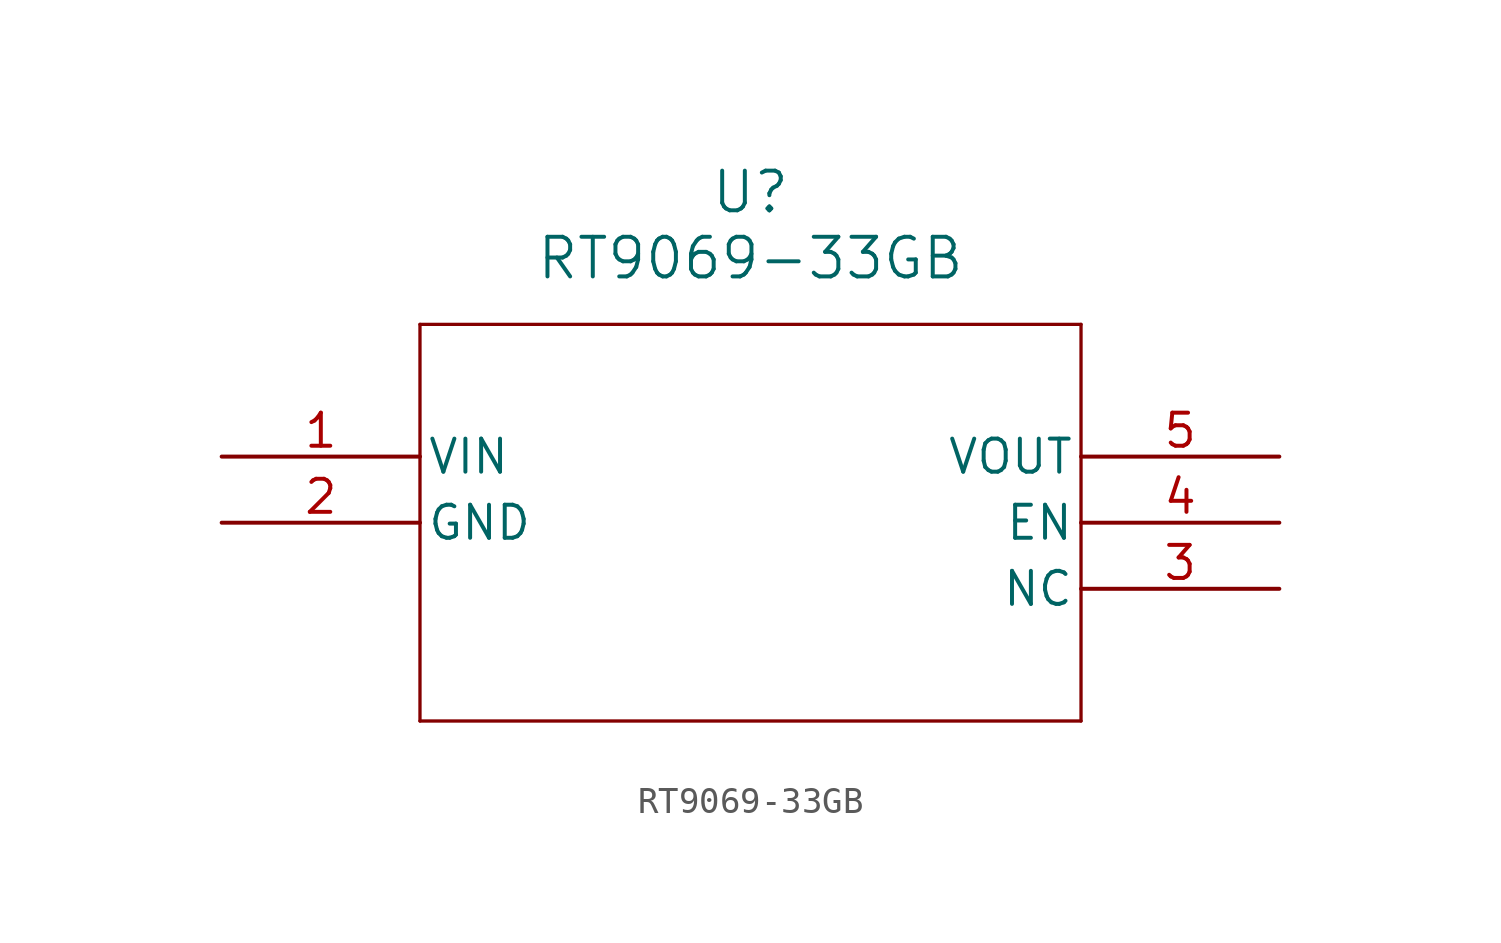
<source format=kicad_sym>
(kicad_symbol_lib
  (version 20211014)
  (generator kicad_symbol_editor)
  (symbol "RT9069-33GB"
    (pin_names
      (offset 0.254))
    (property "Reference" "U"
      (at 20.32 10.16 0)
      (effects (font (size 1.524 1.524))))
    (property "Value" "RT9069-33GB"
      (at 20.32 7.62 0)
      (effects (font (size 1.524 1.524))))
    (symbol "RT9069-33GB_0_1"
      (polyline (pts (xy 7.62 5.08) (xy 7.62 -10.16)) (stroke (width 0.127) (type default) (color 0 0 0 0)) (fill (type none)))
      (polyline (pts (xy 7.62 -10.16) (xy 33.02 -10.16)) (stroke (width 0.127) (type default) (color 0 0 0 0)) (fill (type none)))
      (polyline (pts (xy 33.02 -10.16) (xy 33.02 5.08)) (stroke (width 0.127) (type default) (color 0 0 0 0)) (fill (type none)))
      (polyline (pts (xy 33.02 5.08) (xy 7.62 5.08)) (stroke (width 0.127) (type default) (color 0 0 0 0)) (fill (type none)))
      (pin unspecified line (at 0 0 0) (length 7.62) (name "VIN" (effects (font (size 1.27 1.27)))) (number "1" (effects (font (size 1.27 1.27)))))
      (pin power_out line (at 0 -2.54 0) (length 7.62) (name "GND" (effects (font (size 1.27 1.27)))) (number "2" (effects (font (size 1.27 1.27)))))
      (pin unspecified line (at 40.64 -5.08 180) (length 7.62) (name "NC" (effects (font (size 1.27 1.27)))) (number "3" (effects (font (size 1.27 1.27)))))
      (pin unspecified line (at 40.64 -2.54 180) (length 7.62) (name "EN" (effects (font (size 1.27 1.27)))) (number "4" (effects (font (size 1.27 1.27)))))
      (pin output line (at 40.64 0 180) (length 7.62) (name "VOUT" (effects (font (size 1.27 1.27)))) (number "5" (effects (font (size 1.27 1.27))))))))
</source>
